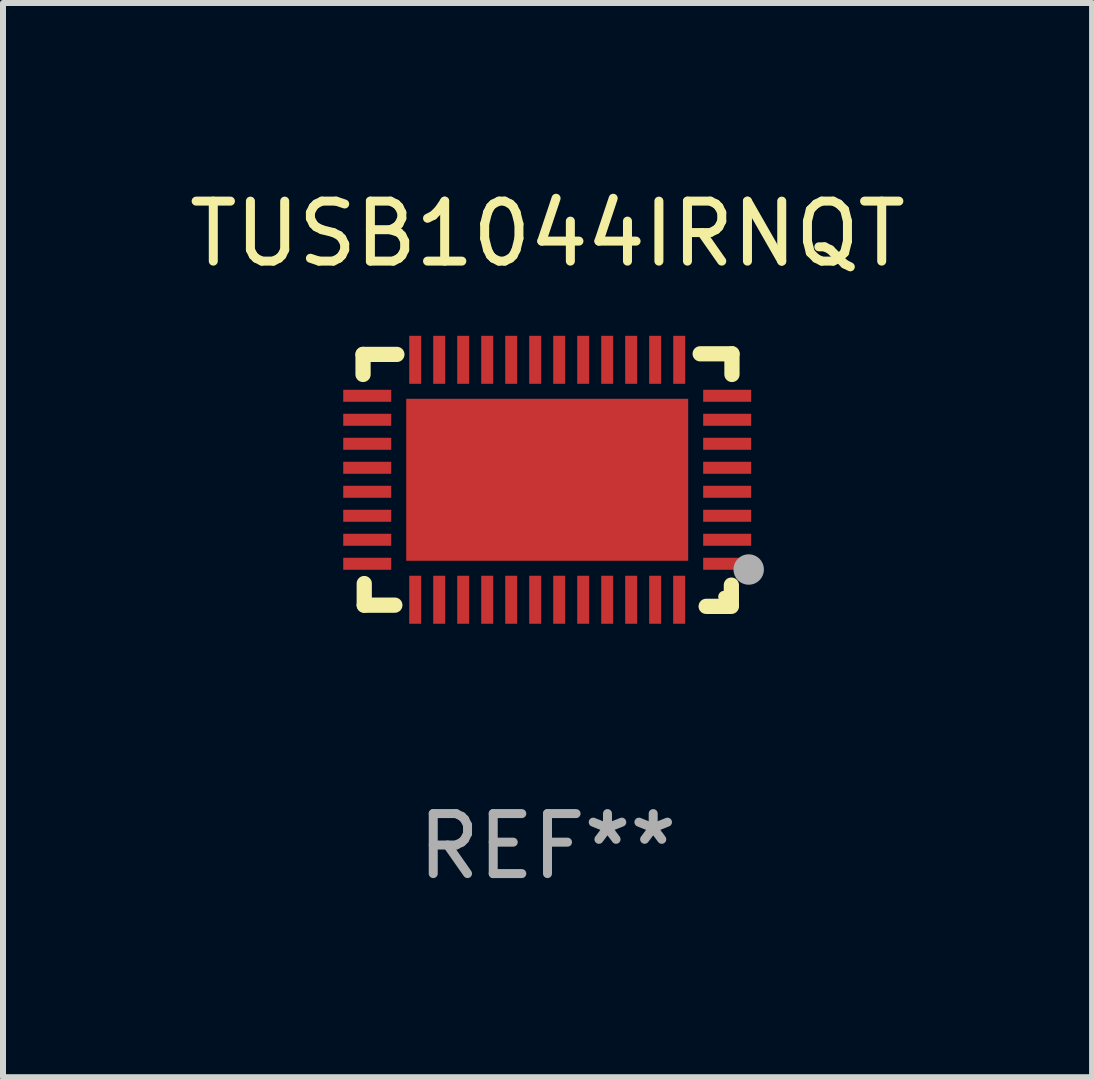
<source format=kicad_pcb>
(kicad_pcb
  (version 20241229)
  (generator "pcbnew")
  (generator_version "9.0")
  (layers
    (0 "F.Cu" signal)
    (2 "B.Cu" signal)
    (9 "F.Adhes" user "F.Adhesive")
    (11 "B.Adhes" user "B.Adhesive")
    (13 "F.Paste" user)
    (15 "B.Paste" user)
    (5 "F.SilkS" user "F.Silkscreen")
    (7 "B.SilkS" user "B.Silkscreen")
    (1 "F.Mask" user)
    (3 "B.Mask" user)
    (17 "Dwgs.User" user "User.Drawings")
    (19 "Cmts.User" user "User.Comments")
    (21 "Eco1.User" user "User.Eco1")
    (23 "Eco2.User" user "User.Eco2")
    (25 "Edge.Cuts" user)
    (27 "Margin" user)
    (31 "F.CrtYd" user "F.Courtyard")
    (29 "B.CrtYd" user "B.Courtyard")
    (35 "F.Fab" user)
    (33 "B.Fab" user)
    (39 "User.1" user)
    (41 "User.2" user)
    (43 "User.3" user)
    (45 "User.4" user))
  (footprint "TUSB1044IRNQT"
    (layer "F.Cu")
    (at 6.077 4.953)
    (property "Reference" "TUSB1044IRNQT" (at 0 -4.105 0) (layer "F.SilkS") (effects (font (size 1 1) (thickness 0.15))))
    (attr through_hole)
    (fp_line (start -3.075 -2.095) (end -2.511 -2.095) (stroke (width 0.254) (type solid)) (layer "F.SilkS"))
    (fp_line (start -3.075 -1.761) (end -3.075 -2.095) (stroke (width 0.254) (type solid)) (layer "F.SilkS"))
    (fp_line (start -3.055 2.085) (end -3.055 1.725) (stroke (width 0.254) (type solid)) (layer "F.SilkS"))
    (fp_line (start -2.545 2.085) (end -3.055 2.085) (stroke (width 0.254) (type solid)) (layer "F.SilkS"))
    (fp_line (start 2.545 -2.105) (end 3.075 -2.105) (stroke (width 0.254) (type solid)) (layer "F.SilkS"))
    (fp_line (start 3.065 1.751) (end 3.065 2.075) (stroke (width 0.254) (type solid)) (layer "F.SilkS"))
    (fp_line (start 3.065 2.105) (end 2.645 2.105) (stroke (width 0.254) (type solid)) (layer "F.SilkS"))
    (fp_line (start 3.075 -2.105) (end 3.075 -1.761) (stroke (width 0.254) (type solid)) (layer "F.SilkS"))
    (fp_circle (center 2.945 1.945) (end 2.995 1.945) (stroke (width 0.1) (type solid)) (fill no) (layer "F.SilkS"))
    (fp_circle (center 3.354 1.491) (end 3.481 1.491) (stroke (width 0.254) (type solid)) (fill no) (layer "F.Fab"))
    (fp_text user "REF**" (at 0 6.105 0) (layer "F.Fab") (effects (font (size 1 1) (thickness 0.15))))
    (pad "1" smd rect (at 2.995 1.395) (size 0.8 0.2) (layers "F.Cu" "F.Mask" "F.Paste"))
    (pad "2" smd rect (at 2.995 0.995) (size 0.8 0.2) (layers "F.Cu" "F.Mask" "F.Paste"))
    (pad "3" smd rect (at 2.995 0.595) (size 0.8 0.2) (layers "F.Cu" "F.Mask" "F.Paste"))
    (pad "4" smd rect (at 2.995 0.195) (size 0.8 0.2) (layers "F.Cu" "F.Mask" "F.Paste"))
    (pad "5" smd rect (at 2.995 -0.205) (size 0.8 0.2) (layers "F.Cu" "F.Mask" "F.Paste"))
    (pad "6" smd rect (at 2.995 -0.605) (size 0.8 0.2) (layers "F.Cu" "F.Mask" "F.Paste"))
    (pad "7" smd rect (at 2.995 -1.005) (size 0.8 0.2) (layers "F.Cu" "F.Mask" "F.Paste"))
    (pad "8" smd rect (at 2.995 -1.405) (size 0.8 0.2) (layers "F.Cu" "F.Mask" "F.Paste"))
    (pad "9" smd rect (at 2.196 -2.005) (size 0.2 0.8) (layers "F.Cu" "F.Mask" "F.Paste"))
    (pad "10" smd rect (at 1.795 -2.005) (size 0.2 0.8) (layers "F.Cu" "F.Mask" "F.Paste"))
    (pad "11" smd rect (at 1.395 -2.005) (size 0.2 0.8) (layers "F.Cu" "F.Mask" "F.Paste"))
    (pad "12" smd rect (at 0.995 -2.005) (size 0.2 0.8) (layers "F.Cu" "F.Mask" "F.Paste"))
    (pad "13" smd rect (at 0.595 -2.005) (size 0.2 0.8) (layers "F.Cu" "F.Mask" "F.Paste"))
    (pad "14" smd rect (at 0.195 -2.005) (size 0.2 0.8) (layers "F.Cu" "F.Mask" "F.Paste"))
    (pad "15" smd rect (at -0.205 -2.005) (size 0.2 0.8) (layers "F.Cu" "F.Mask" "F.Paste"))
    (pad "16" smd rect (at -0.605 -2.005) (size 0.2 0.8) (layers "F.Cu" "F.Mask" "F.Paste"))
    (pad "17" smd rect (at -1.005 -2.005) (size 0.2 0.8) (layers "F.Cu" "F.Mask" "F.Paste"))
    (pad "18" smd rect (at -1.405 -2.005) (size 0.2 0.8) (layers "F.Cu" "F.Mask" "F.Paste"))
    (pad "19" smd rect (at -1.805 -2.005) (size 0.2 0.8) (layers "F.Cu" "F.Mask" "F.Paste"))
    (pad "20" smd rect (at -2.205 -2.005) (size 0.2 0.8) (layers "F.Cu" "F.Mask" "F.Paste"))
    (pad "21" smd rect (at -3.005 -1.405) (size 0.8 0.2) (layers "F.Cu" "F.Mask" "F.Paste"))
    (pad "22" smd rect (at -3.005 -1.005) (size 0.8 0.2) (layers "F.Cu" "F.Mask" "F.Paste"))
    (pad "23" smd rect (at -3.005 -0.605) (size 0.8 0.2) (layers "F.Cu" "F.Mask" "F.Paste"))
    (pad "24" smd rect (at -3.005 -0.205) (size 0.8 0.2) (layers "F.Cu" "F.Mask" "F.Paste"))
    (pad "25" smd rect (at -3.005 0.195) (size 0.8 0.2) (layers "F.Cu" "F.Mask" "F.Paste"))
    (pad "26" smd rect (at -3.005 0.595) (size 0.8 0.2) (layers "F.Cu" "F.Mask" "F.Paste"))
    (pad "27" smd rect (at -3.005 0.995) (size 0.8 0.2) (layers "F.Cu" "F.Mask" "F.Paste"))
    (pad "28" smd rect (at -3.005 1.395) (size 0.8 0.2) (layers "F.Cu" "F.Mask" "F.Paste"))
    (pad "29" smd rect (at -2.205 1.995) (size 0.2 0.8) (layers "F.Cu" "F.Mask" "F.Paste"))
    (pad "30" smd rect (at -1.805 1.995) (size 0.2 0.8) (layers "F.Cu" "F.Mask" "F.Paste"))
    (pad "31" smd rect (at -1.405 1.995) (size 0.2 0.8) (layers "F.Cu" "F.Mask" "F.Paste"))
    (pad "32" smd rect (at -1.005 1.995) (size 0.2 0.8) (layers "F.Cu" "F.Mask" "F.Paste"))
    (pad "33" smd rect (at -0.605 1.995) (size 0.2 0.8) (layers "F.Cu" "F.Mask" "F.Paste"))
    (pad "34" smd rect (at -0.205 1.995) (size 0.2 0.8) (layers "F.Cu" "F.Mask" "F.Paste"))
    (pad "35" smd rect (at 0.195 1.995) (size 0.2 0.8) (layers "F.Cu" "F.Mask" "F.Paste"))
    (pad "36" smd rect (at 0.595 1.995) (size 0.2 0.8) (layers "F.Cu" "F.Mask" "F.Paste"))
    (pad "37" smd rect (at 0.995 1.995) (size 0.2 0.8) (layers "F.Cu" "F.Mask" "F.Paste"))
    (pad "38" smd rect (at 1.395 1.995) (size 0.2 0.8) (layers "F.Cu" "F.Mask" "F.Paste"))
    (pad "39" smd rect (at 1.795 1.995) (size 0.2 0.8) (layers "F.Cu" "F.Mask" "F.Paste"))
    (pad "40" smd rect (at 2.195 1.995) (size 0.2 0.8) (layers "F.Cu" "F.Mask" "F.Paste"))
    (pad "41" smd rect (at -0.005 -0.005) (size 4.7 2.7) (layers "F.Cu" "F.Mask" "F.Paste")))
  (gr_rect
    (start -3 -3)
    (end 15.155 14.907)
    (stroke (width 0.1) (type default))
    (fill no)
    (layer "Edge.Cuts")))
</source>
